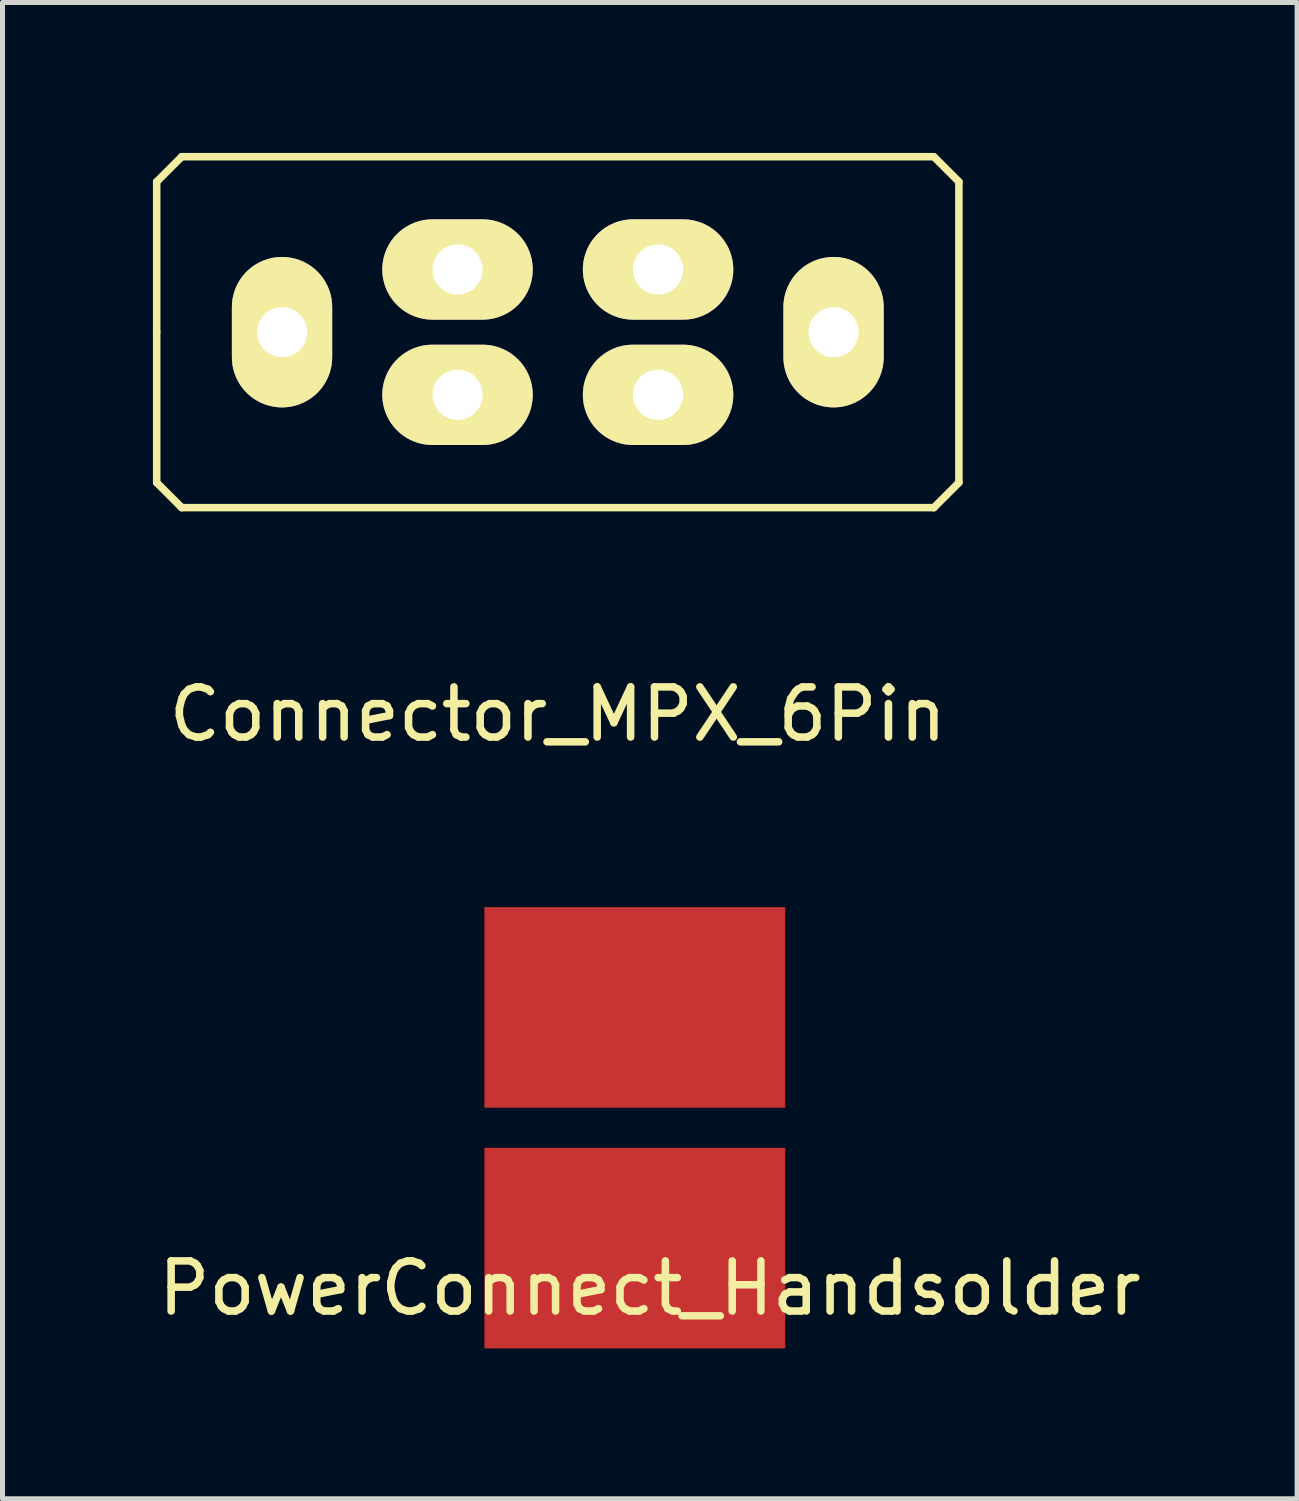
<source format=kicad_pcb>
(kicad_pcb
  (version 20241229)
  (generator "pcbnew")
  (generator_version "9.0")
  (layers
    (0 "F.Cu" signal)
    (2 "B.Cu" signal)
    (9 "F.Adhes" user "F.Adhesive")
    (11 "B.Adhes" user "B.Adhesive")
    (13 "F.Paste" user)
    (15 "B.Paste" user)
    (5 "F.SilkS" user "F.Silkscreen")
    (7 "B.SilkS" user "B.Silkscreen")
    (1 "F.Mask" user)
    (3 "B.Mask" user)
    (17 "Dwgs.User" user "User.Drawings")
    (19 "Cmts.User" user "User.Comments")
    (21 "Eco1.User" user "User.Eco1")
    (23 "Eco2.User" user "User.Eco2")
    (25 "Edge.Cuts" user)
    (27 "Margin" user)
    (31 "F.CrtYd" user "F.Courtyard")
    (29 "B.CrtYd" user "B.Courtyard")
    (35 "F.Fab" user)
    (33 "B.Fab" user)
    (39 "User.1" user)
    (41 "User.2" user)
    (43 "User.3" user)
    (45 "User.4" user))
  (footprint "Connector_MPX_6Pin"
    (layer "F.Cu")
    (at 8.075 3.575)
    (property "Reference" "Connector_MPX_6Pin" (at 0 7.62 0) (layer "F.SilkS") (effects (font (size 1 1) (thickness 0.15))))
    (attr through_hole)
    (fp_line (start -8 -3) (end -7.5 -3.5) (stroke (width 0.15) (type solid)) (layer "F.SilkS"))
    (fp_line (start -8 0) (end -8 -3) (stroke (width 0.15) (type solid)) (layer "F.SilkS"))
    (fp_line (start -8 3) (end -8 0) (stroke (width 0.15) (type solid)) (layer "F.SilkS"))
    (fp_line (start -7.5 -3.5) (end 7.5 -3.5) (stroke (width 0.15) (type solid)) (layer "F.SilkS"))
    (fp_line (start -7.5 3.5) (end -8 3) (stroke (width 0.15) (type solid)) (layer "F.SilkS"))
    (fp_line (start 7.5 -3.5) (end 8 -3) (stroke (width 0.15) (type solid)) (layer "F.SilkS"))
    (fp_line (start 7.5 3.5) (end -7.5 3.5) (stroke (width 0.15) (type solid)) (layer "F.SilkS"))
    (fp_line (start 8 -3) (end 8 3) (stroke (width 0.15) (type solid)) (layer "F.SilkS"))
    (fp_line (start 8 3) (end 7.5 3.5) (stroke (width 0.15) (type solid)) (layer "F.SilkS"))
    (pad "1" thru_hole oval (at -5.5 0 180) (size 2 3) (drill 1) (layers "*.Cu" "*.Mask" "F.SilkS"))
    (pad "2" thru_hole oval (at -2 1.25 180) (size 3 2) (drill 1) (layers "*.Cu" "*.Mask" "F.SilkS"))
    (pad "3" thru_hole oval (at -2 -1.25 180) (size 3 2) (drill 1) (layers "*.Cu" "*.Mask" "F.SilkS"))
    (pad "4" thru_hole oval (at 2 1.25 180) (size 3 2) (drill 1) (layers "*.Cu" "*.Mask" "F.SilkS"))
    (pad "5" thru_hole oval (at 2 -1.25 180) (size 3 2) (drill 1) (layers "*.Cu" "*.Mask" "F.SilkS"))
    (pad "6" thru_hole oval (at 5.5 0 180) (size 2 3) (drill 1) (layers "*.Cu" "*.Mask" "F.SilkS")))
  (footprint "PowerConnect_Handsolder"
    (layer "F.Cu")
    (at 9.611 19.443)
    (property "Reference" "PowerConnect_Handsolder" (at 0.3 3.2 0) (layer "F.SilkS") (effects (font (size 1 1) (thickness 0.15))))
    (attr through_hole)
    (pad "1" smd rect (at 0 -2.4) (size 6 4) (layers "F.Cu" "F.Mask" "F.Paste"))
    (pad "2" smd rect (at 0 2.4) (size 6 4) (layers "F.Cu" "F.Mask" "F.Paste")))
  (gr_rect
    (start -3 -3)
    (end 22.821 26.843)
    (stroke (width 0.1) (type default))
    (fill no)
    (layer "Edge.Cuts")))
</source>
